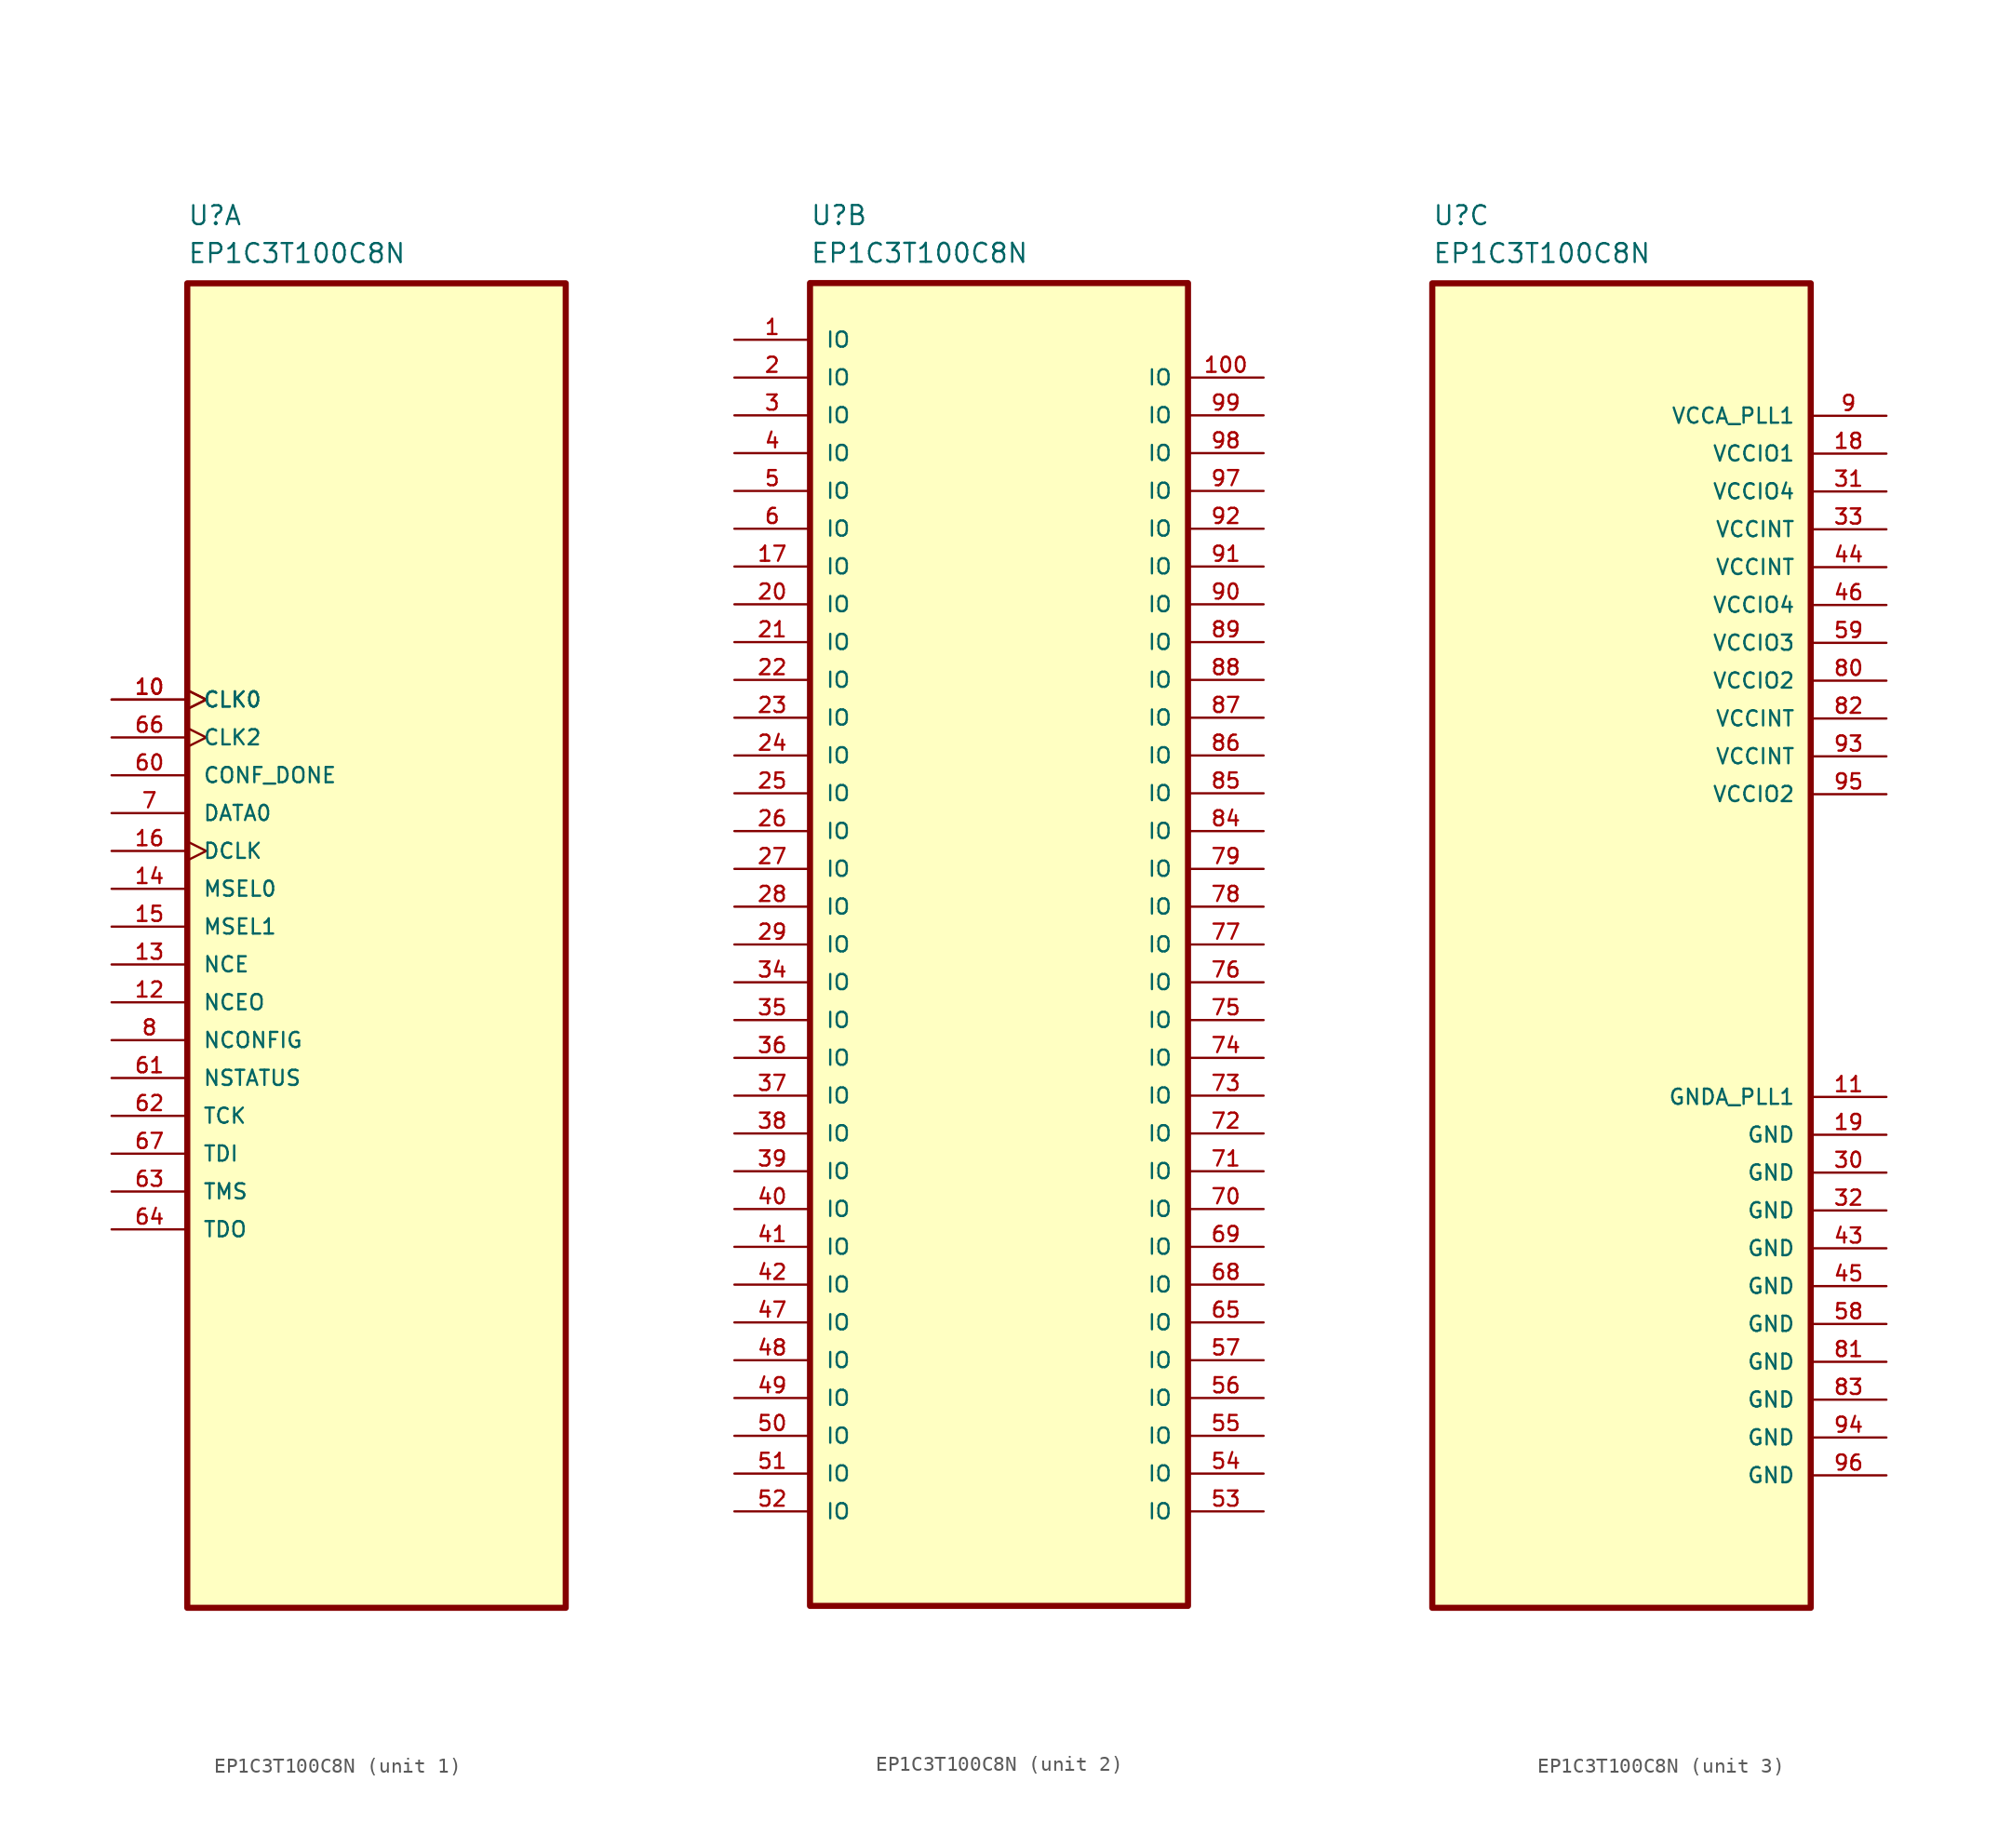
<source format=kicad_sym>
(kicad_symbol_lib
  (version 20220914)
  (generator kicad_symbol_editor)
  (symbol "EP1C3T100C8N"
    (pin_names
      (offset 1.016))
    (property "Reference" "U"
      (at -12.7 46.99 0)
      (do_not_autoplace)
      (effects (font (size 1.27 1.27)) (justify left bottom)))
    (property "Value" "EP1C3T100C8N"
      (at -12.7 44.45 0)
      (do_not_autoplace)
      (effects (font (size 1.27 1.27)) (justify left bottom)))
    (property "ki_locked" ""
      (at 0 0 0)
      (effects (font (size 1.27 1.27))))
    (symbol "EP1C3T100C8N_0_0"
      (rectangle (start -12.7 43.18) (end 12.7 -45.72) (stroke (width 0.41) (type default)) (fill (type background))))
    (symbol "EP1C3T100C8N_1_0"
      (pin input clock (at -17.78 15.24 0) (length 5.08) (name "CLK0" (effects (font (size 1.016 1.016)))) (number "10" (effects (font (size 1.016 1.016)))))
      (pin input clock (at -17.78 15.24 0) (length 5.08) (name "CLK0" (effects (font (size 1.016 1.016)))) (number "10" (effects (font (size 1.016 1.016)))))
      (pin input line (at -17.78 -5.08 0) (length 5.08) (name "NCEO" (effects (font (size 1.016 1.016)))) (number "12" (effects (font (size 1.016 1.016)))))
      (pin input line (at -17.78 -2.54 0) (length 5.08) (name "NCE" (effects (font (size 1.016 1.016)))) (number "13" (effects (font (size 1.016 1.016)))))
      (pin input line (at -17.78 2.54 0) (length 5.08) (name "MSEL0" (effects (font (size 1.016 1.016)))) (number "14" (effects (font (size 1.016 1.016)))))
      (pin input line (at -17.78 0 0) (length 5.08) (name "MSEL1" (effects (font (size 1.016 1.016)))) (number "15" (effects (font (size 1.016 1.016)))))
      (pin input clock (at -17.78 5.08 0) (length 5.08) (name "DCLK" (effects (font (size 1.016 1.016)))) (number "16" (effects (font (size 1.016 1.016)))))
      (pin input line (at -17.78 10.16 0) (length 5.08) (name "CONF_DONE" (effects (font (size 1.016 1.016)))) (number "60" (effects (font (size 1.016 1.016)))))
      (pin input line (at -17.78 -10.16 0) (length 5.08) (name "NSTATUS" (effects (font (size 1.016 1.016)))) (number "61" (effects (font (size 1.016 1.016)))))
      (pin input line (at -17.78 -12.7 0) (length 5.08) (name "TCK" (effects (font (size 1.016 1.016)))) (number "62" (effects (font (size 1.016 1.016)))))
      (pin input line (at -17.78 -17.78 0) (length 5.08) (name "TMS" (effects (font (size 1.016 1.016)))) (number "63" (effects (font (size 1.016 1.016)))))
      (pin output line (at -17.78 -20.32 0) (length 5.08) (name "TDO" (effects (font (size 1.016 1.016)))) (number "64" (effects (font (size 1.016 1.016)))))
      (pin input clock (at -17.78 12.7 0) (length 5.08) (name "CLK2" (effects (font (size 1.016 1.016)))) (number "66" (effects (font (size 1.016 1.016)))))
      (pin input line (at -17.78 -15.24 0) (length 5.08) (name "TDI" (effects (font (size 1.016 1.016)))) (number "67" (effects (font (size 1.016 1.016)))))
      (pin input line (at -17.78 7.62 0) (length 5.08) (name "DATA0" (effects (font (size 1.016 1.016)))) (number "7" (effects (font (size 1.016 1.016)))))
      (pin input line (at -17.78 -7.62 0) (length 5.08) (name "NCONFIG" (effects (font (size 1.016 1.016)))) (number "8" (effects (font (size 1.016 1.016))))))
    (symbol "EP1C3T100C8N_2_0"
      (pin bidirectional line (at -17.78 39.37 0) (length 5.08) (name "IO" (effects (font (size 1.016 1.016)))) (number "1" (effects (font (size 1.016 1.016)))))
      (pin bidirectional line (at 17.78 36.83 180) (length 5.08) (name "IO" (effects (font (size 1.016 1.016)))) (number "100" (effects (font (size 1.016 1.016)))))
      (pin bidirectional line (at -17.78 24.13 0) (length 5.08) (name "IO" (effects (font (size 1.016 1.016)))) (number "17" (effects (font (size 1.016 1.016)))))
      (pin bidirectional line (at -17.78 36.83 0) (length 5.08) (name "IO" (effects (font (size 1.016 1.016)))) (number "2" (effects (font (size 1.016 1.016)))))
      (pin bidirectional line (at -17.78 21.59 0) (length 5.08) (name "IO" (effects (font (size 1.016 1.016)))) (number "20" (effects (font (size 1.016 1.016)))))
      (pin bidirectional line (at -17.78 19.05 0) (length 5.08) (name "IO" (effects (font (size 1.016 1.016)))) (number "21" (effects (font (size 1.016 1.016)))))
      (pin bidirectional line (at -17.78 16.51 0) (length 5.08) (name "IO" (effects (font (size 1.016 1.016)))) (number "22" (effects (font (size 1.016 1.016)))))
      (pin bidirectional line (at -17.78 13.97 0) (length 5.08) (name "IO" (effects (font (size 1.016 1.016)))) (number "23" (effects (font (size 1.016 1.016)))))
      (pin bidirectional line (at -17.78 11.43 0) (length 5.08) (name "IO" (effects (font (size 1.016 1.016)))) (number "24" (effects (font (size 1.016 1.016)))))
      (pin bidirectional line (at -17.78 8.89 0) (length 5.08) (name "IO" (effects (font (size 1.016 1.016)))) (number "25" (effects (font (size 1.016 1.016)))))
      (pin bidirectional line (at -17.78 6.35 0) (length 5.08) (name "IO" (effects (font (size 1.016 1.016)))) (number "26" (effects (font (size 1.016 1.016)))))
      (pin bidirectional line (at -17.78 3.81 0) (length 5.08) (name "IO" (effects (font (size 1.016 1.016)))) (number "27" (effects (font (size 1.016 1.016)))))
      (pin bidirectional line (at -17.78 1.27 0) (length 5.08) (name "IO" (effects (font (size 1.016 1.016)))) (number "28" (effects (font (size 1.016 1.016)))))
      (pin bidirectional line (at -17.78 -1.27 0) (length 5.08) (name "IO" (effects (font (size 1.016 1.016)))) (number "29" (effects (font (size 1.016 1.016)))))
      (pin bidirectional line (at -17.78 34.29 0) (length 5.08) (name "IO" (effects (font (size 1.016 1.016)))) (number "3" (effects (font (size 1.016 1.016)))))
      (pin bidirectional line (at -17.78 -3.81 0) (length 5.08) (name "IO" (effects (font (size 1.016 1.016)))) (number "34" (effects (font (size 1.016 1.016)))))
      (pin bidirectional line (at -17.78 -6.35 0) (length 5.08) (name "IO" (effects (font (size 1.016 1.016)))) (number "35" (effects (font (size 1.016 1.016)))))
      (pin bidirectional line (at -17.78 -8.89 0) (length 5.08) (name "IO" (effects (font (size 1.016 1.016)))) (number "36" (effects (font (size 1.016 1.016)))))
      (pin bidirectional line (at -17.78 -11.43 0) (length 5.08) (name "IO" (effects (font (size 1.016 1.016)))) (number "37" (effects (font (size 1.016 1.016)))))
      (pin bidirectional line (at -17.78 -13.97 0) (length 5.08) (name "IO" (effects (font (size 1.016 1.016)))) (number "38" (effects (font (size 1.016 1.016)))))
      (pin bidirectional line (at -17.78 -16.51 0) (length 5.08) (name "IO" (effects (font (size 1.016 1.016)))) (number "39" (effects (font (size 1.016 1.016)))))
      (pin bidirectional line (at -17.78 31.75 0) (length 5.08) (name "IO" (effects (font (size 1.016 1.016)))) (number "4" (effects (font (size 1.016 1.016)))))
      (pin bidirectional line (at -17.78 -19.05 0) (length 5.08) (name "IO" (effects (font (size 1.016 1.016)))) (number "40" (effects (font (size 1.016 1.016)))))
      (pin bidirectional line (at -17.78 -21.59 0) (length 5.08) (name "IO" (effects (font (size 1.016 1.016)))) (number "41" (effects (font (size 1.016 1.016)))))
      (pin bidirectional line (at -17.78 -24.13 0) (length 5.08) (name "IO" (effects (font (size 1.016 1.016)))) (number "42" (effects (font (size 1.016 1.016)))))
      (pin bidirectional line (at -17.78 -26.67 0) (length 5.08) (name "IO" (effects (font (size 1.016 1.016)))) (number "47" (effects (font (size 1.016 1.016)))))
      (pin bidirectional line (at -17.78 -29.21 0) (length 5.08) (name "IO" (effects (font (size 1.016 1.016)))) (number "48" (effects (font (size 1.016 1.016)))))
      (pin bidirectional line (at -17.78 -31.75 0) (length 5.08) (name "IO" (effects (font (size 1.016 1.016)))) (number "49" (effects (font (size 1.016 1.016)))))
      (pin bidirectional line (at -17.78 29.21 0) (length 5.08) (name "IO" (effects (font (size 1.016 1.016)))) (number "5" (effects (font (size 1.016 1.016)))))
      (pin bidirectional line (at -17.78 -34.29 0) (length 5.08) (name "IO" (effects (font (size 1.016 1.016)))) (number "50" (effects (font (size 1.016 1.016)))))
      (pin bidirectional line (at -17.78 -36.83 0) (length 5.08) (name "IO" (effects (font (size 1.016 1.016)))) (number "51" (effects (font (size 1.016 1.016)))))
      (pin bidirectional line (at -17.78 -39.37 0) (length 5.08) (name "IO" (effects (font (size 1.016 1.016)))) (number "52" (effects (font (size 1.016 1.016)))))
      (pin bidirectional line (at 17.78 -39.37 180) (length 5.08) (name "IO" (effects (font (size 1.016 1.016)))) (number "53" (effects (font (size 1.016 1.016)))))
      (pin bidirectional line (at 17.78 -36.83 180) (length 5.08) (name "IO" (effects (font (size 1.016 1.016)))) (number "54" (effects (font (size 1.016 1.016)))))
      (pin bidirectional line (at 17.78 -34.29 180) (length 5.08) (name "IO" (effects (font (size 1.016 1.016)))) (number "55" (effects (font (size 1.016 1.016)))))
      (pin bidirectional line (at 17.78 -31.75 180) (length 5.08) (name "IO" (effects (font (size 1.016 1.016)))) (number "56" (effects (font (size 1.016 1.016)))))
      (pin bidirectional line (at 17.78 -29.21 180) (length 5.08) (name "IO" (effects (font (size 1.016 1.016)))) (number "57" (effects (font (size 1.016 1.016)))))
      (pin bidirectional line (at -17.78 26.67 0) (length 5.08) (name "IO" (effects (font (size 1.016 1.016)))) (number "6" (effects (font (size 1.016 1.016)))))
      (pin bidirectional line (at 17.78 -26.67 180) (length 5.08) (name "IO" (effects (font (size 1.016 1.016)))) (number "65" (effects (font (size 1.016 1.016)))))
      (pin bidirectional line (at 17.78 -24.13 180) (length 5.08) (name "IO" (effects (font (size 1.016 1.016)))) (number "68" (effects (font (size 1.016 1.016)))))
      (pin bidirectional line (at 17.78 -21.59 180) (length 5.08) (name "IO" (effects (font (size 1.016 1.016)))) (number "69" (effects (font (size 1.016 1.016)))))
      (pin bidirectional line (at 17.78 -19.05 180) (length 5.08) (name "IO" (effects (font (size 1.016 1.016)))) (number "70" (effects (font (size 1.016 1.016)))))
      (pin bidirectional line (at 17.78 -16.51 180) (length 5.08) (name "IO" (effects (font (size 1.016 1.016)))) (number "71" (effects (font (size 1.016 1.016)))))
      (pin bidirectional line (at 17.78 -13.97 180) (length 5.08) (name "IO" (effects (font (size 1.016 1.016)))) (number "72" (effects (font (size 1.016 1.016)))))
      (pin bidirectional line (at 17.78 -11.43 180) (length 5.08) (name "IO" (effects (font (size 1.016 1.016)))) (number "73" (effects (font (size 1.016 1.016)))))
      (pin bidirectional line (at 17.78 -8.89 180) (length 5.08) (name "IO" (effects (font (size 1.016 1.016)))) (number "74" (effects (font (size 1.016 1.016)))))
      (pin bidirectional line (at 17.78 -6.35 180) (length 5.08) (name "IO" (effects (font (size 1.016 1.016)))) (number "75" (effects (font (size 1.016 1.016)))))
      (pin bidirectional line (at 17.78 -3.81 180) (length 5.08) (name "IO" (effects (font (size 1.016 1.016)))) (number "76" (effects (font (size 1.016 1.016)))))
      (pin bidirectional line (at 17.78 -1.27 180) (length 5.08) (name "IO" (effects (font (size 1.016 1.016)))) (number "77" (effects (font (size 1.016 1.016)))))
      (pin bidirectional line (at 17.78 1.27 180) (length 5.08) (name "IO" (effects (font (size 1.016 1.016)))) (number "78" (effects (font (size 1.016 1.016)))))
      (pin bidirectional line (at 17.78 3.81 180) (length 5.08) (name "IO" (effects (font (size 1.016 1.016)))) (number "79" (effects (font (size 1.016 1.016)))))
      (pin bidirectional line (at 17.78 6.35 180) (length 5.08) (name "IO" (effects (font (size 1.016 1.016)))) (number "84" (effects (font (size 1.016 1.016)))))
      (pin bidirectional line (at 17.78 8.89 180) (length 5.08) (name "IO" (effects (font (size 1.016 1.016)))) (number "85" (effects (font (size 1.016 1.016)))))
      (pin bidirectional line (at 17.78 11.43 180) (length 5.08) (name "IO" (effects (font (size 1.016 1.016)))) (number "86" (effects (font (size 1.016 1.016)))))
      (pin bidirectional line (at 17.78 13.97 180) (length 5.08) (name "IO" (effects (font (size 1.016 1.016)))) (number "87" (effects (font (size 1.016 1.016)))))
      (pin bidirectional line (at 17.78 16.51 180) (length 5.08) (name "IO" (effects (font (size 1.016 1.016)))) (number "88" (effects (font (size 1.016 1.016)))))
      (pin bidirectional line (at 17.78 19.05 180) (length 5.08) (name "IO" (effects (font (size 1.016 1.016)))) (number "89" (effects (font (size 1.016 1.016)))))
      (pin bidirectional line (at 17.78 21.59 180) (length 5.08) (name "IO" (effects (font (size 1.016 1.016)))) (number "90" (effects (font (size 1.016 1.016)))))
      (pin bidirectional line (at 17.78 24.13 180) (length 5.08) (name "IO" (effects (font (size 1.016 1.016)))) (number "91" (effects (font (size 1.016 1.016)))))
      (pin bidirectional line (at 17.78 26.67 180) (length 5.08) (name "IO" (effects (font (size 1.016 1.016)))) (number "92" (effects (font (size 1.016 1.016)))))
      (pin bidirectional line (at 17.78 29.21 180) (length 5.08) (name "IO" (effects (font (size 1.016 1.016)))) (number "97" (effects (font (size 1.016 1.016)))))
      (pin bidirectional line (at 17.78 31.75 180) (length 5.08) (name "IO" (effects (font (size 1.016 1.016)))) (number "98" (effects (font (size 1.016 1.016)))))
      (pin bidirectional line (at 17.78 34.29 180) (length 5.08) (name "IO" (effects (font (size 1.016 1.016)))) (number "99" (effects (font (size 1.016 1.016))))))
    (symbol "EP1C3T100C8N_3_0"
      (pin power_in line (at 17.78 -11.43 180) (length 5.08) (name "GNDA_PLL1" (effects (font (size 1.016 1.016)))) (number "11" (effects (font (size 1.016 1.016)))))
      (pin power_in line (at 17.78 31.75 180) (length 5.08) (name "VCCIO1" (effects (font (size 1.016 1.016)))) (number "18" (effects (font (size 1.016 1.016)))))
      (pin power_in line (at 17.78 -13.97 180) (length 5.08) (name "GND" (effects (font (size 1.016 1.016)))) (number "19" (effects (font (size 1.016 1.016)))))
      (pin power_in line (at 17.78 -16.51 180) (length 5.08) (name "GND" (effects (font (size 1.016 1.016)))) (number "30" (effects (font (size 1.016 1.016)))))
      (pin power_in line (at 17.78 29.21 180) (length 5.08) (name "VCCIO4" (effects (font (size 1.016 1.016)))) (number "31" (effects (font (size 1.016 1.016)))))
      (pin power_in line (at 17.78 -19.05 180) (length 5.08) (name "GND" (effects (font (size 1.016 1.016)))) (number "32" (effects (font (size 1.016 1.016)))))
      (pin power_in line (at 17.78 26.67 180) (length 5.08) (name "VCCINT" (effects (font (size 1.016 1.016)))) (number "33" (effects (font (size 1.016 1.016)))))
      (pin power_in line (at 17.78 -21.59 180) (length 5.08) (name "GND" (effects (font (size 1.016 1.016)))) (number "43" (effects (font (size 1.016 1.016)))))
      (pin power_in line (at 17.78 24.13 180) (length 5.08) (name "VCCINT" (effects (font (size 1.016 1.016)))) (number "44" (effects (font (size 1.016 1.016)))))
      (pin power_in line (at 17.78 -24.13 180) (length 5.08) (name "GND" (effects (font (size 1.016 1.016)))) (number "45" (effects (font (size 1.016 1.016)))))
      (pin power_in line (at 17.78 21.59 180) (length 5.08) (name "VCCIO4" (effects (font (size 1.016 1.016)))) (number "46" (effects (font (size 1.016 1.016)))))
      (pin power_in line (at 17.78 -26.67 180) (length 5.08) (name "GND" (effects (font (size 1.016 1.016)))) (number "58" (effects (font (size 1.016 1.016)))))
      (pin power_in line (at 17.78 19.05 180) (length 5.08) (name "VCCIO3" (effects (font (size 1.016 1.016)))) (number "59" (effects (font (size 1.016 1.016)))))
      (pin power_in line (at 17.78 16.51 180) (length 5.08) (name "VCCIO2" (effects (font (size 1.016 1.016)))) (number "80" (effects (font (size 1.016 1.016)))))
      (pin power_in line (at 17.78 -29.21 180) (length 5.08) (name "GND" (effects (font (size 1.016 1.016)))) (number "81" (effects (font (size 1.016 1.016)))))
      (pin power_in line (at 17.78 13.97 180) (length 5.08) (name "VCCINT" (effects (font (size 1.016 1.016)))) (number "82" (effects (font (size 1.016 1.016)))))
      (pin power_in line (at 17.78 -31.75 180) (length 5.08) (name "GND" (effects (font (size 1.016 1.016)))) (number "83" (effects (font (size 1.016 1.016)))))
      (pin power_in line (at 17.78 34.29 180) (length 5.08) (name "VCCA_PLL1" (effects (font (size 1.016 1.016)))) (number "9" (effects (font (size 1.016 1.016)))))
      (pin power_in line (at 17.78 11.43 180) (length 5.08) (name "VCCINT" (effects (font (size 1.016 1.016)))) (number "93" (effects (font (size 1.016 1.016)))))
      (pin power_in line (at 17.78 -34.29 180) (length 5.08) (name "GND" (effects (font (size 1.016 1.016)))) (number "94" (effects (font (size 1.016 1.016)))))
      (pin power_in line (at 17.78 8.89 180) (length 5.08) (name "VCCIO2" (effects (font (size 1.016 1.016)))) (number "95" (effects (font (size 1.016 1.016)))))
      (pin power_in line (at 17.78 -36.83 180) (length 5.08) (name "GND" (effects (font (size 1.016 1.016)))) (number "96" (effects (font (size 1.016 1.016))))))))
</source>
